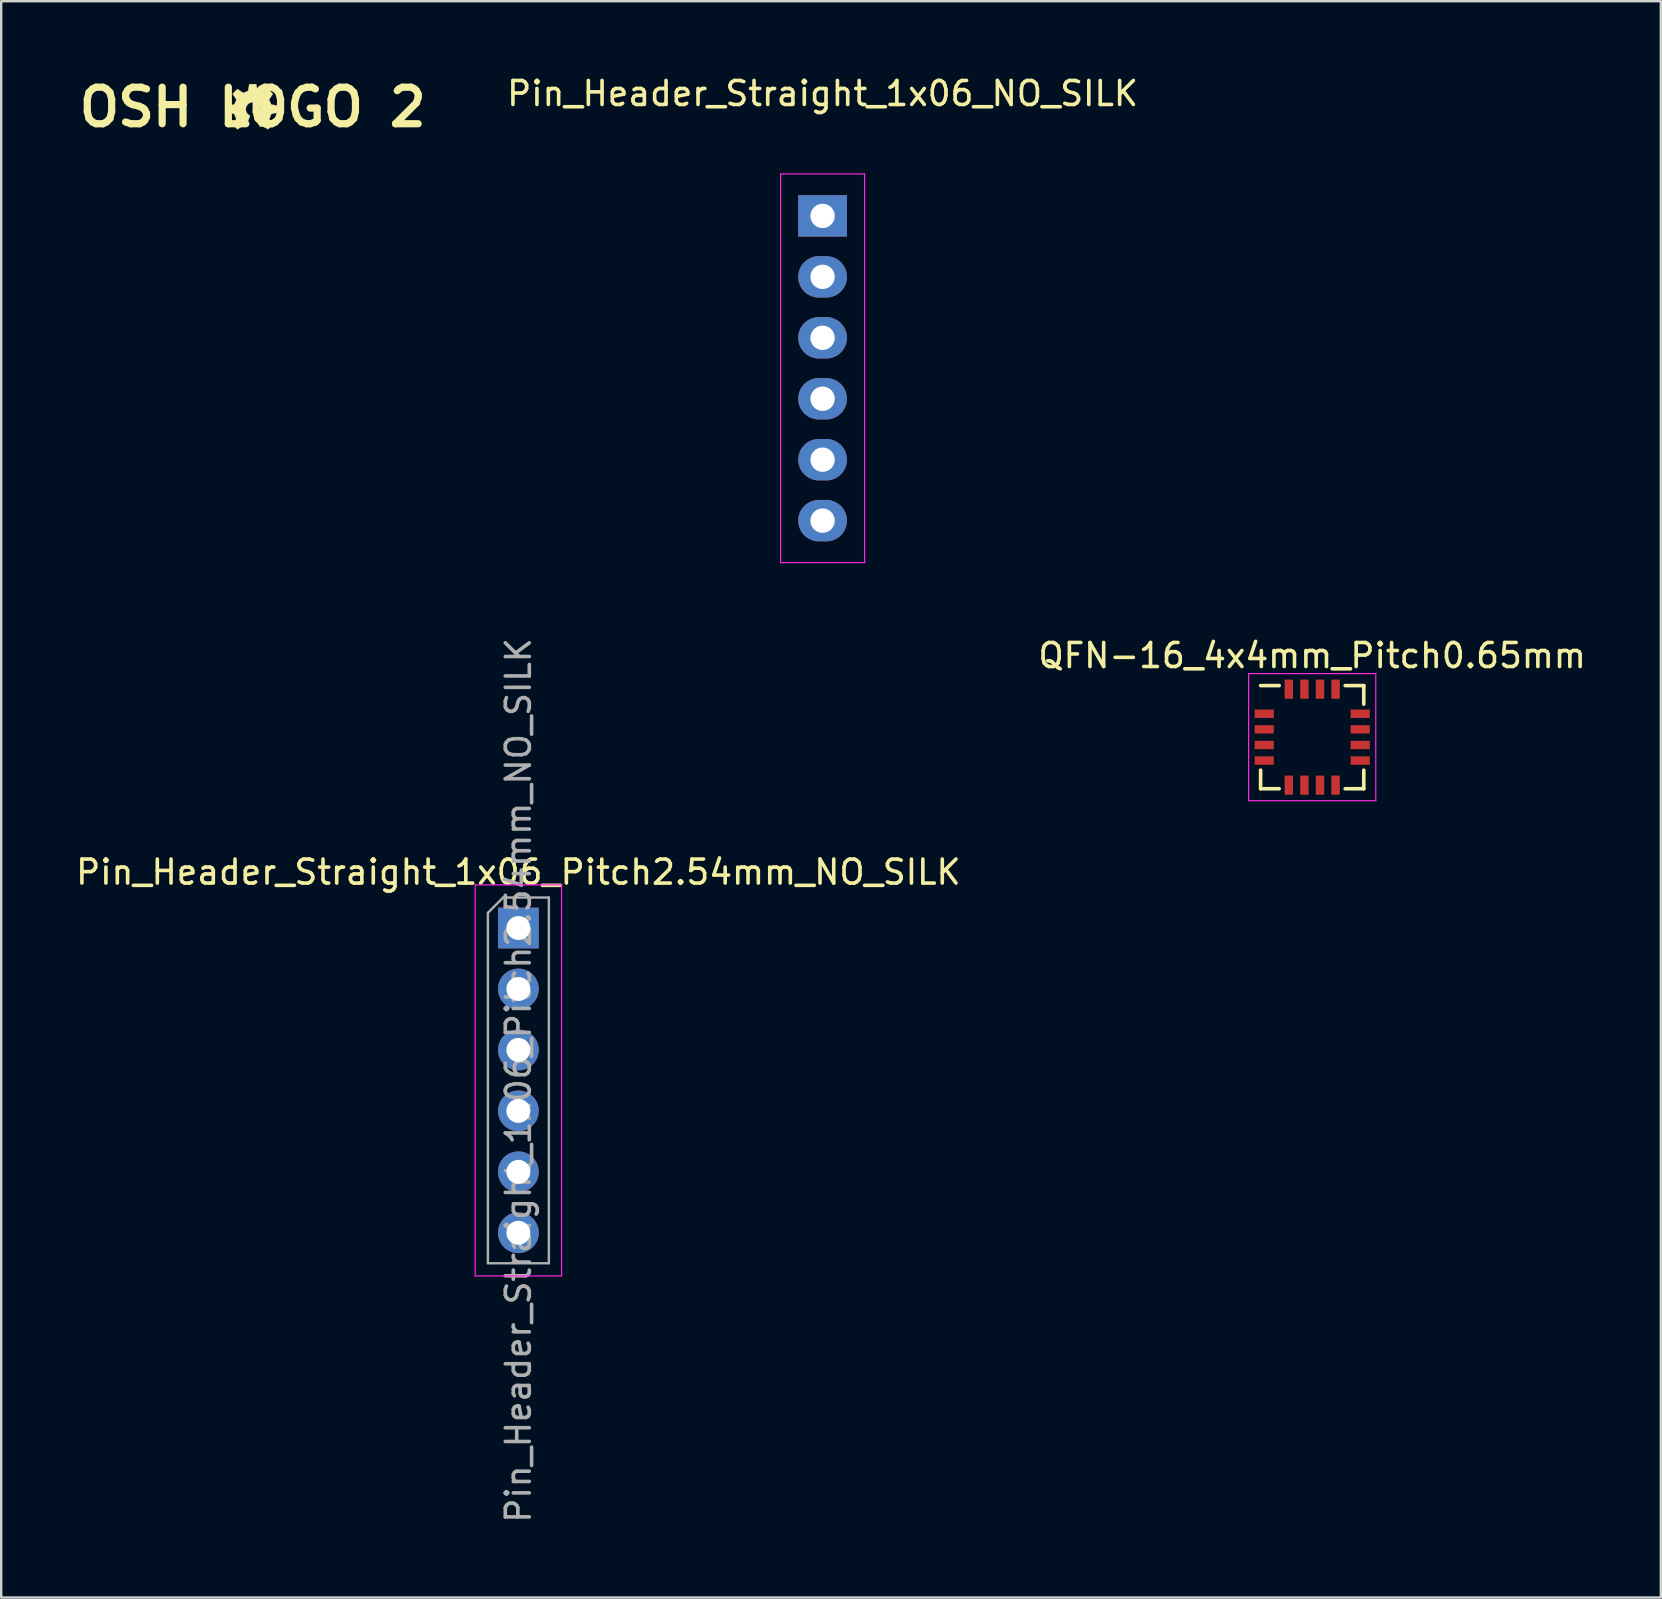
<source format=kicad_pcb>
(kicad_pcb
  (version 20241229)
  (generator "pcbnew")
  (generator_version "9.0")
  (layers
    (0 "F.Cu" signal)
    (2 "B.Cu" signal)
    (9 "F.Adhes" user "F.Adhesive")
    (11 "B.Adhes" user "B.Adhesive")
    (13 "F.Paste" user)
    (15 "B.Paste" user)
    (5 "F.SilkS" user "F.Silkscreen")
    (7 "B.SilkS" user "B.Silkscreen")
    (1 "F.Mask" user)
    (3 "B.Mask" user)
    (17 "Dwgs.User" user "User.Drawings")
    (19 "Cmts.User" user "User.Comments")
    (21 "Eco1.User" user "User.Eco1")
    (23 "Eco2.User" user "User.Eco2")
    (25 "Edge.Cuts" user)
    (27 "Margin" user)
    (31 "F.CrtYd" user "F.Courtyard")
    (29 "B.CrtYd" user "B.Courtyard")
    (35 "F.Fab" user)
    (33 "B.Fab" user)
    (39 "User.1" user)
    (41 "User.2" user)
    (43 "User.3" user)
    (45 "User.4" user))
  (footprint "QFN-16_4x4mm_Pitch0.65mm"
    (layer "F.Cu")
    (at 51.637 27.672)
    (property "Reference" "QFN-16_4x4mm_Pitch0.65mm" (at 0 -3.4 0) (layer "F.SilkS") (effects (font (size 1 1) (thickness 0.15))))
    (attr smd)
    (fp_line (start -2.15 -2.15) (end -1.375 -2.15) (stroke (width 0.15) (type solid)) (layer "F.SilkS"))
    (fp_line (start -2.15 2.15) (end -2.15 1.375) (stroke (width 0.15) (type solid)) (layer "F.SilkS"))
    (fp_line (start -2.15 2.15) (end -1.375 2.15) (stroke (width 0.15) (type solid)) (layer "F.SilkS"))
    (fp_line (start 2.15 -2.15) (end 1.375 -2.15) (stroke (width 0.15) (type solid)) (layer "F.SilkS"))
    (fp_line (start 2.15 -2.15) (end 2.15 -1.375) (stroke (width 0.15) (type solid)) (layer "F.SilkS"))
    (fp_line (start 2.15 2.15) (end 1.375 2.15) (stroke (width 0.15) (type solid)) (layer "F.SilkS"))
    (fp_line (start 2.15 2.15) (end 2.15 1.375) (stroke (width 0.15) (type solid)) (layer "F.SilkS"))
    (fp_line (start -2.65 -2.65) (end -2.65 2.65) (stroke (width 0.05) (type solid)) (layer "F.CrtYd"))
    (fp_line (start -2.65 -2.65) (end 2.65 -2.65) (stroke (width 0.05) (type solid)) (layer "F.CrtYd"))
    (fp_line (start -2.65 2.65) (end 2.65 2.65) (stroke (width 0.05) (type solid)) (layer "F.CrtYd"))
    (fp_line (start 2.65 -2.65) (end 2.65 2.65) (stroke (width 0.05) (type solid)) (layer "F.CrtYd"))
    (pad "1" smd rect (at -2 -0.975) (size 0.8 0.35) (layers "F.Cu" "F.Mask" "F.Paste"))
    (pad "2" smd rect (at -2 -0.325) (size 0.8 0.35) (layers "F.Cu" "F.Mask" "F.Paste"))
    (pad "3" smd rect (at -2 0.325) (size 0.8 0.35) (layers "F.Cu" "F.Mask" "F.Paste"))
    (pad "4" smd rect (at -2 0.975) (size 0.8 0.35) (layers "F.Cu" "F.Mask" "F.Paste"))
    (pad "5" smd rect (at -0.975 2 90) (size 0.8 0.35) (layers "F.Cu" "F.Mask" "F.Paste"))
    (pad "6" smd rect (at -0.325 2 90) (size 0.8 0.35) (layers "F.Cu" "F.Mask" "F.Paste"))
    (pad "7" smd rect (at 0.325 2 90) (size 0.8 0.35) (layers "F.Cu" "F.Mask" "F.Paste"))
    (pad "8" smd rect (at 0.975 2 90) (size 0.8 0.35) (layers "F.Cu" "F.Mask" "F.Paste"))
    (pad "9" smd rect (at 2 0.975) (size 0.8 0.35) (layers "F.Cu" "F.Mask" "F.Paste"))
    (pad "10" smd rect (at 2 0.325) (size 0.8 0.35) (layers "F.Cu" "F.Mask" "F.Paste"))
    (pad "11" smd rect (at 2 -0.325) (size 0.8 0.35) (layers "F.Cu" "F.Mask" "F.Paste"))
    (pad "12" smd rect (at 2 -0.975) (size 0.8 0.35) (layers "F.Cu" "F.Mask" "F.Paste"))
    (pad "13" smd rect (at 0.975 -2 90) (size 0.8 0.35) (layers "F.Cu" "F.Mask" "F.Paste"))
    (pad "14" smd rect (at 0.325 -2 90) (size 0.8 0.35) (layers "F.Cu" "F.Mask" "F.Paste"))
    (pad "15" smd rect (at -0.325 -2 90) (size 0.8 0.35) (layers "F.Cu" "F.Mask" "F.Paste"))
    (pad "16" smd rect (at -0.975 -2 90) (size 0.8 0.35) (layers "F.Cu" "F.Mask" "F.Paste")))
  (footprint "OSH LOGO 2"
    (layer "F.Cu")
    (at 7.482 1.418)
    (property "Reference" "OSH LOGO 2" (at 0 0 0) (layer "F.SilkS") (effects (font (size 1.524 1.524) (thickness 0.3))))
    (attr through_hole)
    (fp_poly (pts (xy 0.032 -0.963) (xy 0.06 -0.963) (xy 0.086 -0.962) (xy 0.108 -0.962) (xy 0.125 -0.961) (xy 0.137 -0.961) (xy 0.143 -0.96) (xy 0.144 -0.96) (xy 0.146 -0.956) (xy 0.149 -0.945) (xy 0.152 -0.929) (xy 0.157 -0.907) (xy 0.163 -0.879) (xy 0.169 -0.848) (xy 0.174 -0.819) (xy 0.18 -0.788) (xy 0.185 -0.76) (xy 0.19 -0.735) (xy 0.195 -0.713) (xy 0.199 -0.696) (xy 0.201 -0.684) (xy 0.203 -0.678) (xy 0.203 -0.677) (xy 0.208 -0.675) (xy 0.217 -0.67) (xy 0.232 -0.664) (xy 0.249 -0.656) (xy 0.27 -0.648) (xy 0.291 -0.639) (xy 0.313 -0.63) (xy 0.335 -0.622) (xy 0.355 -0.614) (xy 0.373 -0.607) (xy 0.387 -0.602) (xy 0.396 -0.598) (xy 0.4 -0.597) (xy 0.4 -0.597) (xy 0.404 -0.6) (xy 0.413 -0.606) (xy 0.426 -0.615) (xy 0.444 -0.626) (xy 0.464 -0.64) (xy 0.487 -0.656) (xy 0.512 -0.673) (xy 0.518 -0.677) (xy 0.543 -0.694) (xy 0.567 -0.71) (xy 0.588 -0.724) (xy 0.606 -0.736) (xy 0.621 -0.746) (xy 0.632 -0.752) (xy 0.637 -0.755) (xy 0.638 -0.755) (xy 0.642 -0.753) (xy 0.65 -0.746) (xy 0.661 -0.735) (xy 0.676 -0.721) (xy 0.693 -0.705) (xy 0.711 -0.687) (xy 0.731 -0.668) (xy 0.75 -0.648) (xy 0.77 -0.629) (xy 0.788 -0.61) (xy 0.804 -0.593) (xy 0.818 -0.578) (xy 0.829 -0.566) (xy 0.837 -0.557) (xy 0.84 -0.553) (xy 0.84 -0.553) (xy 0.838 -0.549) (xy 0.832 -0.539) (xy 0.823 -0.525) (xy 0.812 -0.508) (xy 0.798 -0.487) (xy 0.783 -0.464) (xy 0.766 -0.44) (xy 0.765 -0.438) (xy 0.748 -0.413) (xy 0.732 -0.39) (xy 0.718 -0.369) (xy 0.706 -0.351) (xy 0.697 -0.337) (xy 0.69 -0.327) (xy 0.687 -0.323) (xy 0.687 -0.322) (xy 0.687 -0.319) (xy 0.687 -0.314) (xy 0.69 -0.305) (xy 0.694 -0.294) (xy 0.7 -0.278) (xy 0.709 -0.257) (xy 0.72 -0.231) (xy 0.726 -0.217) (xy 0.737 -0.191) (xy 0.747 -0.168) (xy 0.756 -0.148) (xy 0.764 -0.132) (xy 0.77 -0.121) (xy 0.773 -0.116) (xy 0.773 -0.116) (xy 0.778 -0.115) (xy 0.789 -0.112) (xy 0.805 -0.109) (xy 0.826 -0.105) (xy 0.851 -0.1) (xy 0.878 -0.094) (xy 0.907 -0.089) (xy 0.911 -0.088) (xy 0.945 -0.082) (xy 0.974 -0.076) (xy 1 -0.071) (xy 1.02 -0.066) (xy 1.034 -0.063) (xy 1.043 -0.06) (xy 1.045 -0.059) (xy 1.045 -0.055) (xy 1.046 -0.044) (xy 1.047 -0.028) (xy 1.047 -0.007) (xy 1.047 0.018) (xy 1.048 0.046) (xy 1.048 0.076) (xy 1.048 0.083) (xy 1.048 0.119) (xy 1.048 0.148) (xy 1.047 0.172) (xy 1.047 0.19) (xy 1.046 0.204) (xy 1.046 0.214) (xy 1.045 0.22) (xy 1.044 0.224) (xy 1.043 0.226) (xy 1.038 0.227) (xy 1.028 0.23) (xy 1.012 0.233) (xy 0.991 0.238) (xy 0.967 0.242) (xy 0.94 0.248) (xy 0.911 0.253) (xy 0.879 0.259) (xy 0.851 0.265) (xy 0.826 0.27) (xy 0.806 0.274) (xy 0.791 0.278) (xy 0.781 0.28) (xy 0.779 0.281) (xy 0.776 0.286) (xy 0.771 0.296) (xy 0.765 0.31) (xy 0.757 0.329) (xy 0.748 0.349) (xy 0.739 0.372) (xy 0.73 0.395) (xy 0.721 0.418) (xy 0.712 0.439) (xy 0.705 0.459) (xy 0.699 0.475) (xy 0.695 0.487) (xy 0.693 0.494) (xy 0.693 0.496) (xy 0.695 0.5) (xy 0.701 0.509) (xy 0.71 0.522) (xy 0.721 0.539) (xy 0.735 0.559) (xy 0.751 0.582) (xy 0.767 0.606) (xy 0.784 0.63) (xy 0.799 0.653) (xy 0.812 0.674) (xy 0.824 0.691) (xy 0.832 0.705) (xy 0.838 0.714) (xy 0.84 0.718) (xy 0.837 0.722) (xy 0.83 0.731) (xy 0.82 0.742) (xy 0.806 0.757) (xy 0.79 0.774) (xy 0.772 0.792) (xy 0.753 0.812) (xy 0.733 0.831) (xy 0.714 0.851) (xy 0.695 0.869) (xy 0.678 0.885) (xy 0.663 0.899) (xy 0.651 0.91) (xy 0.643 0.918) (xy 0.638 0.921) (xy 0.638 0.921) (xy 0.634 0.919) (xy 0.625 0.913) (xy 0.611 0.905) (xy 0.594 0.893) (xy 0.573 0.88) (xy 0.551 0.864) (xy 0.527 0.848) (xy 0.503 0.832) (xy 0.48 0.817) (xy 0.46 0.803) (xy 0.443 0.792) (xy 0.429 0.783) (xy 0.42 0.778) (xy 0.416 0.776) (xy 0.411 0.778) (xy 0.401 0.782) (xy 0.387 0.789) (xy 0.371 0.797) (xy 0.363 0.801) (xy 0.346 0.81) (xy 0.33 0.818) (xy 0.318 0.823) (xy 0.311 0.825) (xy 0.31 0.825) (xy 0.308 0.824) (xy 0.305 0.821) (xy 0.302 0.816) (xy 0.298 0.809) (xy 0.293 0.798) (xy 0.287 0.784) (xy 0.279 0.766) (xy 0.27 0.744) (xy 0.258 0.717) (xy 0.245 0.685) (xy 0.229 0.647) (xy 0.211 0.603) (xy 0.208 0.595) (xy 0.192 0.557) (xy 0.177 0.521) (xy 0.163 0.487) (xy 0.151 0.456) (xy 0.14 0.429) (xy 0.131 0.405) (xy 0.123 0.386) (xy 0.118 0.372) (xy 0.116 0.364) (xy 0.115 0.362) (xy 0.119 0.358) (xy 0.127 0.351) (xy 0.138 0.342) (xy 0.149 0.334) (xy 0.179 0.312) (xy 0.203 0.292) (xy 0.222 0.271) (xy 0.239 0.249) (xy 0.254 0.224) (xy 0.262 0.21) (xy 0.278 0.17) (xy 0.288 0.128) (xy 0.292 0.085) (xy 0.289 0.043) (xy 0.279 0.001) (xy 0.264 -0.039) (xy 0.242 -0.076) (xy 0.214 -0.111) (xy 0.212 -0.114) (xy 0.179 -0.144) (xy 0.142 -0.168) (xy 0.101 -0.188) (xy 0.081 -0.195) (xy 0.069 -0.198) (xy 0.058 -0.2) (xy 0.046 -0.202) (xy 0.032 -0.203) (xy 0.012 -0.203) (xy 0.002 -0.203) (xy -0.02 -0.203) (xy -0.037 -0.202) (xy -0.05 -0.201) (xy -0.061 -0.199) (xy -0.072 -0.196) (xy -0.078 -0.195) (xy -0.121 -0.178) (xy -0.16 -0.155) (xy -0.194 -0.127) (xy -0.224 -0.094) (xy -0.249 -0.057) (xy -0.256 -0.044) (xy -0.27 -0.012) (xy -0.28 0.019) (xy -0.285 0.051) (xy -0.286 0.085) (xy -0.283 0.13) (xy -0.273 0.173) (xy -0.256 0.214) (xy -0.234 0.251) (xy -0.206 0.285) (xy -0.193 0.297) (xy -0.177 0.31) (xy -0.159 0.324) (xy -0.141 0.337) (xy -0.126 0.347) (xy -0.124 0.348) (xy -0.116 0.354) (xy -0.111 0.361) (xy -0.111 0.362) (xy -0.112 0.366) (xy -0.116 0.377) (xy -0.122 0.394) (xy -0.13 0.416) (xy -0.141 0.443) (xy -0.154 0.474) (xy -0.168 0.51) (xy -0.185 0.551) (xy -0.201 0.59) (xy -0.216 0.628) (xy -0.231 0.663) (xy -0.245 0.697) (xy -0.258 0.727) (xy -0.269 0.754) (xy -0.279 0.777) (xy -0.287 0.796) (xy -0.292 0.809) (xy -0.296 0.817) (xy -0.296 0.818) (xy -0.302 0.824) (xy -0.307 0.826) (xy -0.312 0.824) (xy -0.322 0.819) (xy -0.336 0.813) (xy -0.352 0.804) (xy -0.36 0.8) (xy -0.381 0.79) (xy -0.397 0.782) (xy -0.408 0.778) (xy -0.414 0.777) (xy -0.419 0.779) (xy -0.429 0.785) (xy -0.443 0.794) (xy -0.459 0.805) (xy -0.478 0.818) (xy -0.49 0.826) (xy -0.523 0.848) (xy -0.55 0.867) (xy -0.573 0.883) (xy -0.591 0.895) (xy -0.605 0.904) (xy -0.616 0.911) (xy -0.624 0.916) (xy -0.629 0.919) (xy -0.633 0.92) (xy -0.634 0.921) (xy -0.638 0.918) (xy -0.646 0.911) (xy -0.658 0.901) (xy -0.673 0.886) (xy -0.691 0.869) (xy -0.711 0.85) (xy -0.732 0.829) (xy -0.736 0.825) (xy -0.758 0.803) (xy -0.778 0.783) (xy -0.796 0.765) (xy -0.811 0.749) (xy -0.823 0.736) (xy -0.831 0.727) (xy -0.834 0.723) (xy -0.835 0.723) (xy -0.835 0.72) (xy -0.835 0.718) (xy -0.835 0.716) (xy -0.833 0.712) (xy -0.83 0.706) (xy -0.825 0.698) (xy -0.818 0.687) (xy -0.808 0.673) (xy -0.796 0.654) (xy -0.78 0.631) (xy -0.76 0.603) (xy -0.759 0.6) (xy -0.742 0.576) (xy -0.727 0.554) (xy -0.714 0.534) (xy -0.703 0.517) (xy -0.695 0.504) (xy -0.689 0.495) (xy -0.688 0.492) (xy -0.689 0.488) (xy -0.693 0.477) (xy -0.698 0.462) (xy -0.706 0.443) (xy -0.714 0.421) (xy -0.724 0.396) (xy -0.729 0.384) (xy -0.741 0.354) (xy -0.751 0.329) (xy -0.76 0.31) (xy -0.766 0.296) (xy -0.771 0.287) (xy -0.775 0.281) (xy -0.777 0.279) (xy -0.783 0.277) (xy -0.794 0.275) (xy -0.81 0.271) (xy -0.831 0.267) (xy -0.856 0.263) (xy -0.883 0.257) (xy -0.91 0.252) (xy -0.939 0.247) (xy -0.966 0.242) (xy -0.989 0.237) (xy -1.01 0.233) (xy -1.025 0.229) (xy -1.035 0.227) (xy -1.039 0.225) (xy -1.041 0.223) (xy -1.042 0.218) (xy -1.043 0.211) (xy -1.043 0.199) (xy -1.044 0.183) (xy -1.044 0.162) (xy -1.044 0.136) (xy -1.044 0.103) (xy -1.044 0.083) (xy -1.044 -0.056) (xy -1.036 -0.061) (xy -1.031 -0.063) (xy -1.02 -0.066) (xy -1.003 -0.069) (xy -0.982 -0.074) (xy -0.957 -0.079) (xy -0.93 -0.084) (xy -0.9 -0.09) (xy -0.9 -0.09) (xy -0.87 -0.095) (xy -0.843 -0.1) (xy -0.819 -0.105) (xy -0.798 -0.11) (xy -0.782 -0.113) (xy -0.771 -0.116) (xy -0.766 -0.118) (xy -0.766 -0.118) (xy -0.764 -0.122) (xy -0.759 -0.132) (xy -0.752 -0.146) (xy -0.744 -0.164) (xy -0.735 -0.184) (xy -0.726 -0.206) (xy -0.716 -0.229) (xy -0.707 -0.25) (xy -0.698 -0.271) (xy -0.691 -0.288) (xy -0.686 -0.303) (xy -0.682 -0.312) (xy -0.681 -0.316) (xy -0.683 -0.32) (xy -0.688 -0.33) (xy -0.697 -0.343) (xy -0.708 -0.361) (xy -0.722 -0.381) (xy -0.738 -0.404) (xy -0.754 -0.429) (xy -0.757 -0.433) (xy -0.774 -0.458) (xy -0.79 -0.481) (xy -0.804 -0.503) (xy -0.816 -0.521) (xy -0.826 -0.535) (xy -0.832 -0.545) (xy -0.835 -0.551) (xy -0.835 -0.551) (xy -0.835 -0.554) (xy -0.832 -0.559) (xy -0.826 -0.566) (xy -0.817 -0.576) (xy -0.805 -0.589) (xy -0.789 -0.606) (xy -0.769 -0.626) (xy -0.744 -0.651) (xy -0.739 -0.656) (xy -0.714 -0.681) (xy -0.691 -0.703) (xy -0.672 -0.722) (xy -0.656 -0.736) (xy -0.644 -0.747) (xy -0.637 -0.753) (xy -0.634 -0.755) (xy -0.629 -0.753) (xy -0.62 -0.747) (xy -0.606 -0.739) (xy -0.589 -0.727) (xy -0.568 -0.714) (xy -0.545 -0.698) (xy -0.52 -0.682) (xy -0.517 -0.68) (xy -0.492 -0.663) (xy -0.469 -0.647) (xy -0.448 -0.632) (xy -0.43 -0.62) (xy -0.415 -0.61) (xy -0.405 -0.604) (xy -0.4 -0.6) (xy -0.4 -0.6) (xy -0.397 -0.599) (xy -0.392 -0.599) (xy -0.385 -0.601) (xy -0.376 -0.604) (xy -0.362 -0.609) (xy -0.344 -0.616) (xy -0.321 -0.625) (xy -0.305 -0.632) (xy -0.275 -0.644) (xy -0.252 -0.653) (xy -0.234 -0.661) (xy -0.221 -0.667) (xy -0.211 -0.671) (xy -0.204 -0.675) (xy -0.2 -0.678) (xy -0.198 -0.68) (xy -0.196 -0.683) (xy -0.196 -0.684) (xy -0.195 -0.689) (xy -0.193 -0.7) (xy -0.189 -0.717) (xy -0.185 -0.737) (xy -0.181 -0.762) (xy -0.175 -0.789) (xy -0.17 -0.819) (xy -0.169 -0.822) (xy -0.164 -0.852) (xy -0.158 -0.879) (xy -0.153 -0.904) (xy -0.149 -0.925) (xy -0.145 -0.942) (xy -0.143 -0.953) (xy -0.141 -0.958) (xy -0.141 -0.958) (xy -0.139 -0.959) (xy -0.134 -0.96) (xy -0.127 -0.961) (xy -0.116 -0.962) (xy -0.101 -0.962) (xy -0.082 -0.963) (xy -0.057 -0.963) (xy -0.025 -0.963) (xy 0.001 -0.963) (xy 0.032 -0.963)) (stroke (width 0.01) (type solid)) (fill yes) (layer "F.SilkS")))
  (footprint "Pin_Header_Straight_1x06_NO_SILK"
    (layer "F.Cu")
    (at 31.232 5.948)
    (property "Reference" "Pin_Header_Straight_1x06_NO_SILK" (at 0 -5.1 0) (layer "F.SilkS") (effects (font (size 1 1) (thickness 0.15))))
    (attr through_hole)
    (fp_line (start -1.75 -1.75) (end -1.75 14.45) (stroke (width 0.05) (type solid)) (layer "F.CrtYd"))
    (fp_line (start -1.75 -1.75) (end 1.75 -1.75) (stroke (width 0.05) (type solid)) (layer "F.CrtYd"))
    (fp_line (start -1.75 14.45) (end 1.75 14.45) (stroke (width 0.05) (type solid)) (layer "F.CrtYd"))
    (fp_line (start 1.75 -1.75) (end 1.75 14.45) (stroke (width 0.05) (type solid)) (layer "F.CrtYd"))
    (pad "1" thru_hole rect (at 0 0) (size 2.032 1.727) (drill 1.016) (layers "*.Cu" "*.Mask"))
    (pad "2" thru_hole oval (at 0 2.54) (size 2.032 1.727) (drill 1.016) (layers "*.Cu" "*.Mask"))
    (pad "3" thru_hole oval (at 0 5.08) (size 2.032 1.727) (drill 1.016) (layers "*.Cu" "*.Mask"))
    (pad "4" thru_hole oval (at 0 7.62) (size 2.032 1.727) (drill 1.016) (layers "*.Cu" "*.Mask"))
    (pad "5" thru_hole oval (at 0 10.16) (size 2.032 1.727) (drill 1.016) (layers "*.Cu" "*.Mask"))
    (pad "6" thru_hole oval (at 0 12.7) (size 2.032 1.727) (drill 1.016) (layers "*.Cu" "*.Mask")))
  (footprint "Pin_Header_Straight_1x06_Pitch2.54mm_NO_SILK"
    (layer "F.Cu")
    (at 18.554 35.627)
    (property "Reference" "Pin_Header_Straight_1x06_Pitch2.54mm_NO_SILK" (at 0 -2.33 0) (layer "F.SilkS") (effects (font (size 1 1) (thickness 0.15))))
    (attr through_hole)
    (fp_line (start -1.8 -1.8) (end -1.8 14.5) (stroke (width 0.05) (type solid)) (layer "F.CrtYd"))
    (fp_line (start -1.8 14.5) (end 1.8 14.5) (stroke (width 0.05) (type solid)) (layer "F.CrtYd"))
    (fp_line (start 1.8 -1.8) (end -1.8 -1.8) (stroke (width 0.05) (type solid)) (layer "F.CrtYd"))
    (fp_line (start 1.8 14.5) (end 1.8 -1.8) (stroke (width 0.05) (type solid)) (layer "F.CrtYd"))
    (fp_line (start -1.27 -0.635) (end -0.635 -1.27) (stroke (width 0.1) (type solid)) (layer "F.Fab"))
    (fp_line (start -1.27 13.97) (end -1.27 -0.635) (stroke (width 0.1) (type solid)) (layer "F.Fab"))
    (fp_line (start -0.635 -1.27) (end 1.27 -1.27) (stroke (width 0.1) (type solid)) (layer "F.Fab"))
    (fp_line (start 1.27 -1.27) (end 1.27 13.97) (stroke (width 0.1) (type solid)) (layer "F.Fab"))
    (fp_line (start 1.27 13.97) (end -1.27 13.97) (stroke (width 0.1) (type solid)) (layer "F.Fab"))
    (fp_text user "${REFERENCE}" (at 0 6.35 90) (layer "F.Fab") (effects (font (size 1 1) (thickness 0.15))))
    (pad "1" thru_hole rect (at 0 0) (size 1.7 1.7) (drill 1) (layers "*.Cu" "*.Mask"))
    (pad "2" thru_hole oval (at 0 2.54) (size 1.7 1.7) (drill 1) (layers "*.Cu" "*.Mask"))
    (pad "3" thru_hole oval (at 0 5.08) (size 1.7 1.7) (drill 1) (layers "*.Cu" "*.Mask"))
    (pad "4" thru_hole oval (at 0 7.62) (size 1.7 1.7) (drill 1) (layers "*.Cu" "*.Mask"))
    (pad "5" thru_hole oval (at 0 10.16) (size 1.7 1.7) (drill 1) (layers "*.Cu" "*.Mask"))
    (pad "6" thru_hole oval (at 0 12.7) (size 1.7 1.7) (drill 1) (layers "*.Cu" "*.Mask")))
  (gr_rect
    (start -3 -3)
    (end 66.167 63.53)
    (stroke (width 0.1) (type default))
    (fill no)
    (layer "Edge.Cuts")))
</source>
